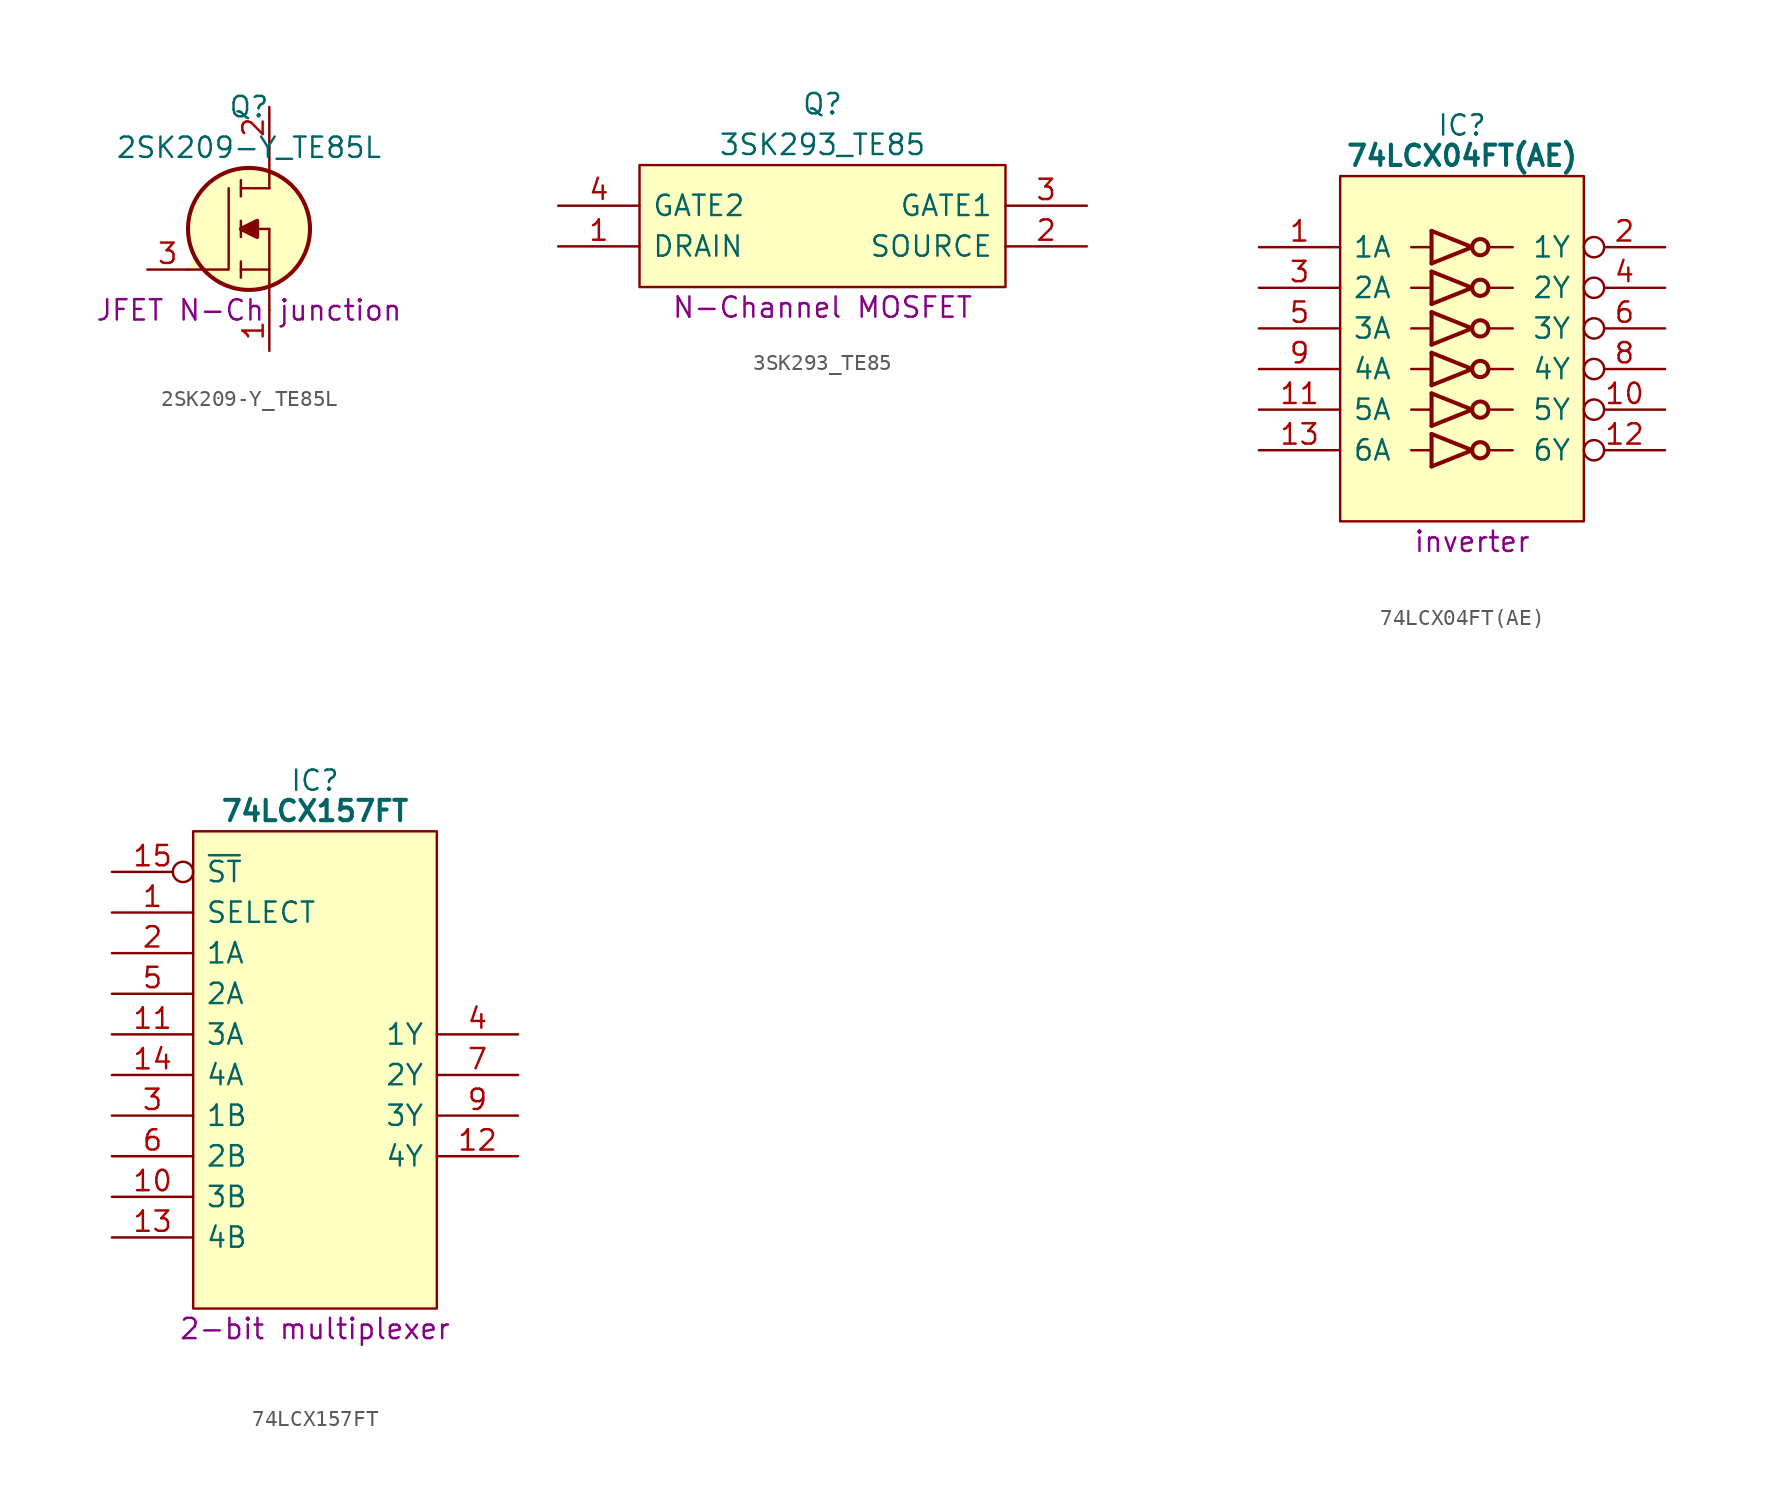
<source format=kicad_sym>
(kicad_symbol_lib
  (version 20231120)
  (generator "kicad_symbol_editor")
  (generator_version "8.0")
  (symbol "2SK209-Y_TE85L"
    (pin_names
      (offset 0.762))
    (property "Reference" "Q"
      (at 6.35 10.16 0)
      (effects (font (size 1.27 1.27))))
    (property "Value" "2SK209-Y_TE85L"
      (at 6.35 7.62 0)
      (effects (font (size 1.27 1.27))))
    (property "Description" "JFET N-Ch junction"
      (at 6.35 -2.54 0)
      (effects (font (size 1.27 1.27))))
    (symbol "2SK209-Y_TE85L_0_0"
      (pin passive line (at 7.62 -5.08 90) (length 2.54) (name "~" (effects (font (size 1.27 1.27)))) (number "1" (effects (font (size 1.27 1.27)))))
      (pin passive line (at 7.62 10.16 270) (length 2.54) (name "~" (effects (font (size 1.27 1.27)))) (number "2" (effects (font (size 1.27 1.27)))))
      (pin passive line (at 0 0 0) (length 2.54) (name "~" (effects (font (size 1.27 1.27)))) (number "3" (effects (font (size 1.27 1.27))))))
    (symbol "2SK209-Y_TE85L_0_1"
      (polyline (pts (xy 5.842 -0.508) (xy 5.842 0.508)) (stroke (width 0.152) (type default)) (fill (type background)))
      (polyline (pts (xy 5.842 0) (xy 7.62 0)) (stroke (width 0.152) (type default)) (fill (type background)))
      (polyline (pts (xy 5.842 2.032) (xy 5.842 3.048)) (stroke (width 0.152) (type default)) (fill (type background)))
      (polyline (pts (xy 5.842 5.588) (xy 5.842 4.572)) (stroke (width 0.152) (type default)) (fill (type background)))
      (polyline (pts (xy 7.62 2.54) (xy 5.842 2.54)) (stroke (width 0.152) (type default)) (fill (type background)))
      (polyline (pts (xy 7.62 2.54) (xy 7.62 -2.54)) (stroke (width 0.152) (type default)) (fill (type background)))
      (polyline (pts (xy 7.62 5.08) (xy 5.842 5.08)) (stroke (width 0.152) (type default)) (fill (type background)))
      (polyline (pts (xy 7.62 5.08) (xy 7.62 7.62)) (stroke (width 0.152) (type default)) (fill (type background)))
      (polyline (pts (xy 2.54 0) (xy 5.08 0) (xy 5.08 5.08)) (stroke (width 0.152) (type default)) (fill (type background)))
      (polyline (pts (xy 5.842 2.54) (xy 6.858 3.048) (xy 6.858 2.032) (xy 5.842 2.54)) (stroke (width 0.254) (type default)) (fill (type outline)))
      (circle (center 6.35 2.54) (radius 3.81) (stroke (width 0.254) (type default)) (fill (type background)))))
  (symbol "3SK293_TE85"
    (pin_names
      (offset 0.762))
    (property "Reference" "Q"
      (at 16.51 6.35 0)
      (effects (font (size 1.27 1.27))))
    (property "Value" "3SK293_TE85"
      (at 16.51 3.81 0)
      (effects (font (size 1.27 1.27))))
    (property "Description" "N-Channel MOSFET"
      (at 16.51 -6.35 0)
      (effects (font (size 1.27 1.27))))
    (symbol "3SK293_TE85_0_0"
      (pin passive line (at 0 -2.54 0) (length 5.08) (name "DRAIN" (effects (font (size 1.27 1.27)))) (number "1" (effects (font (size 1.27 1.27)))))
      (pin passive line (at 33.02 -2.54 180) (length 5.08) (name "SOURCE" (effects (font (size 1.27 1.27)))) (number "2" (effects (font (size 1.27 1.27)))))
      (pin passive line (at 33.02 0 180) (length 5.08) (name "GATE1" (effects (font (size 1.27 1.27)))) (number "3" (effects (font (size 1.27 1.27)))))
      (pin passive line (at 0 0 0) (length 5.08) (name "GATE2" (effects (font (size 1.27 1.27)))) (number "4" (effects (font (size 1.27 1.27))))))
    (symbol "3SK293_TE85_0_1"
      (polyline (pts (xy 5.08 2.54) (xy 27.94 2.54) (xy 27.94 -5.08) (xy 5.08 -5.08) (xy 5.08 2.54)) (stroke (width 0.152) (type default)) (fill (type background)))))
  (symbol "74LCX04FT(AE)"
    (pin_names
      (offset 0.762))
    (property "Reference" "IC"
      (at 12.7 7.62 0)
      (effects (font (size 1.27 1.27))))
    (property "Value" "74LCX04FT(AE)"
      (at 12.7 5.715 0)
      (effects (font (size 1.27 1.27) (bold yes))))
    (property "Description" "inverter"
      (at 13.335 -18.415 0)
      (effects (font (size 1.27 1.27))))
    (symbol "74LCX04FT(AE)_0_0"
      (pin input line (at 0 0 0) (length 5.08) (name "1A" (effects (font (size 1.27 1.27)))) (number "1" (effects (font (size 1.27 1.27)))))
      (pin output inverted (at 25.4 -10.16 180) (length 5.08) (name "5Y" (effects (font (size 1.27 1.27)))) (number "10" (effects (font (size 1.27 1.27)))))
      (pin input line (at 0 -10.16 0) (length 5.08) (name "5A" (effects (font (size 1.27 1.27)))) (number "11" (effects (font (size 1.27 1.27)))))
      (pin output inverted (at 25.4 -12.7 180) (length 5.08) (name "6Y" (effects (font (size 1.27 1.27)))) (number "12" (effects (font (size 1.27 1.27)))))
      (pin input line (at 0 -12.7 0) (length 5.08) (name "6A" (effects (font (size 1.27 1.27)))) (number "13" (effects (font (size 1.27 1.27)))))
      (pin passive line (at 25.4 2.54 180) (length 5.08) hide (name "3V" (effects (font (size 1.27 1.27)))) (number "14" (effects (font (size 1.27 1.27)))))
      (pin output inverted (at 25.4 0 180) (length 5.08) (name "1Y" (effects (font (size 1.27 1.27)))) (number "2" (effects (font (size 1.27 1.27)))))
      (pin input line (at 0 -2.54 0) (length 5.08) (name "2A" (effects (font (size 1.27 1.27)))) (number "3" (effects (font (size 1.27 1.27)))))
      (pin output inverted (at 25.4 -2.54 180) (length 5.08) (name "2Y" (effects (font (size 1.27 1.27)))) (number "4" (effects (font (size 1.27 1.27)))))
      (pin input line (at 0 -5.08 0) (length 5.08) (name "3A" (effects (font (size 1.27 1.27)))) (number "5" (effects (font (size 1.27 1.27)))))
      (pin output inverted (at 25.4 -5.08 180) (length 5.08) (name "3Y" (effects (font (size 1.27 1.27)))) (number "6" (effects (font (size 1.27 1.27)))))
      (pin passive line (at 0 -15.24 0) (length 5.08) hide (name "GND" (effects (font (size 1.27 1.27)))) (number "7" (effects (font (size 1.27 1.27)))))
      (pin output inverted (at 25.4 -7.62 180) (length 5.08) (name "4Y" (effects (font (size 1.27 1.27)))) (number "8" (effects (font (size 1.27 1.27)))))
      (pin input line (at 0 -7.62 0) (length 5.08) (name "4A" (effects (font (size 1.27 1.27)))) (number "9" (effects (font (size 1.27 1.27))))))
    (symbol "74LCX04FT(AE)_0_1"
      (polyline (pts (xy 9.525 -12.7) (xy 10.795 -12.7)) (stroke (width 0) (type default)) (fill (type none)))
      (polyline (pts (xy 9.525 -10.16) (xy 10.795 -10.16)) (stroke (width 0) (type default)) (fill (type none)))
      (polyline (pts (xy 9.525 -7.62) (xy 10.795 -7.62)) (stroke (width 0) (type default)) (fill (type none)))
      (polyline (pts (xy 9.525 -5.08) (xy 10.795 -5.08)) (stroke (width 0) (type default)) (fill (type none)))
      (polyline (pts (xy 9.525 -2.54) (xy 10.795 -2.54)) (stroke (width 0) (type default)) (fill (type none)))
      (polyline (pts (xy 9.525 0) (xy 10.795 0)) (stroke (width 0) (type default)) (fill (type none)))
      (polyline (pts (xy 14.351 -12.7) (xy 15.875 -12.7)) (stroke (width 0) (type default)) (fill (type none)))
      (polyline (pts (xy 14.351 -10.16) (xy 15.875 -10.16)) (stroke (width 0) (type default)) (fill (type none)))
      (polyline (pts (xy 14.351 -7.62) (xy 15.875 -7.62)) (stroke (width 0) (type default)) (fill (type none)))
      (polyline (pts (xy 14.351 -5.08) (xy 15.875 -5.08)) (stroke (width 0) (type default)) (fill (type none)))
      (polyline (pts (xy 14.351 -2.54) (xy 15.875 -2.54)) (stroke (width 0) (type default)) (fill (type none)))
      (polyline (pts (xy 14.351 0) (xy 15.875 0)) (stroke (width 0) (type default)) (fill (type none)))
      (polyline (pts (xy 10.795 -13.716) (xy 13.335 -12.7) (xy 10.795 -11.684)) (stroke (width 0.254) (type default)) (fill (type none)))
      (polyline (pts (xy 10.795 -11.176) (xy 13.335 -10.16) (xy 10.795 -9.144)) (stroke (width 0.254) (type default)) (fill (type none)))
      (polyline (pts (xy 10.795 -8.636) (xy 13.335 -7.62) (xy 10.795 -6.604)) (stroke (width 0.254) (type default)) (fill (type none)))
      (polyline (pts (xy 10.795 -6.096) (xy 13.335 -5.08) (xy 10.795 -4.064)) (stroke (width 0.254) (type default)) (fill (type none)))
      (polyline (pts (xy 10.795 -3.556) (xy 13.335 -2.54) (xy 10.795 -1.524)) (stroke (width 0.254) (type default)) (fill (type none)))
      (polyline (pts (xy 10.795 -1.016) (xy 13.335 0) (xy 10.795 1.016)) (stroke (width 0.254) (type default)) (fill (type none)))
      (polyline (pts (xy 5.08 4.445) (xy 20.32 4.445) (xy 20.32 -17.145) (xy 5.08 -17.145) (xy 5.08 4.445)) (stroke (width 0.152) (type default)) (fill (type background)))
      (rectangle (start 10.795 -11.684) (end 10.795 -13.716) (stroke (width 0.254) (type default)) (fill (type background)))
      (rectangle (start 10.795 -9.144) (end 10.795 -11.176) (stroke (width 0.254) (type default)) (fill (type background)))
      (rectangle (start 10.795 -6.604) (end 10.795 -8.636) (stroke (width 0.254) (type default)) (fill (type background)))
      (rectangle (start 10.795 -4.064) (end 10.795 -6.096) (stroke (width 0.254) (type default)) (fill (type background)))
      (rectangle (start 10.795 -1.524) (end 10.795 -3.556) (stroke (width 0.254) (type default)) (fill (type background)))
      (rectangle (start 10.795 1.016) (end 10.795 -1.016) (stroke (width 0.254) (type default)) (fill (type background)))
      (circle (center 13.843 -12.7) (radius 0.508) (stroke (width 0.254) (type default)) (fill (type none)))
      (circle (center 13.843 -10.16) (radius 0.508) (stroke (width 0.254) (type default)) (fill (type none)))
      (circle (center 13.843 -7.62) (radius 0.508) (stroke (width 0.254) (type default)) (fill (type none)))
      (circle (center 13.843 -5.08) (radius 0.508) (stroke (width 0.254) (type default)) (fill (type none)))
      (circle (center 13.843 -2.54) (radius 0.508) (stroke (width 0.254) (type default)) (fill (type none)))
      (circle (center 13.843 0) (radius 0.508) (stroke (width 0.254) (type default)) (fill (type none)))))
  (symbol "74LCX157FT"
    (pin_names
      (offset 0.762))
    (property "Reference" "IC"
      (at 12.7 5.715 0)
      (effects (font (size 1.27 1.27))))
    (property "Value" "74LCX157FT"
      (at 12.7 3.81 0)
      (effects (font (size 1.27 1.27) (bold yes))))
    (property "Description" "2-bit multiplexer"
      (at 12.7 -28.575 0)
      (effects (font (size 1.27 1.27))))
    (symbol "74LCX157FT_0_0"
      (pin input line (at 0 -2.54 0) (length 5.08) (name "SELECT" (effects (font (size 1.27 1.27)))) (number "1" (effects (font (size 1.27 1.27)))))
      (pin input line (at 0 -20.32 0) (length 5.08) (name "3B" (effects (font (size 1.27 1.27)))) (number "10" (effects (font (size 1.27 1.27)))))
      (pin input line (at 0 -10.16 0) (length 5.08) (name "3A" (effects (font (size 1.27 1.27)))) (number "11" (effects (font (size 1.27 1.27)))))
      (pin output line (at 25.4 -17.78 180) (length 5.08) (name "4Y" (effects (font (size 1.27 1.27)))) (number "12" (effects (font (size 1.27 1.27)))))
      (pin input line (at 0 -22.86 0) (length 5.08) (name "4B" (effects (font (size 1.27 1.27)))) (number "13" (effects (font (size 1.27 1.27)))))
      (pin input line (at 0 -12.7 0) (length 5.08) (name "4A" (effects (font (size 1.27 1.27)))) (number "14" (effects (font (size 1.27 1.27)))))
      (pin input inverted (at 0 0 0) (length 5.08) (name "~{ST}" (effects (font (size 1.27 1.27)))) (number "15" (effects (font (size 1.27 1.27)))))
      (pin passive line (at 25.4 0 180) (length 5.08) hide (name "3V" (effects (font (size 1.27 1.27)))) (number "16" (effects (font (size 1.27 1.27)))))
      (pin input line (at 0 -5.08 0) (length 5.08) (name "1A" (effects (font (size 1.27 1.27)))) (number "2" (effects (font (size 1.27 1.27)))))
      (pin input line (at 0 -15.24 0) (length 5.08) (name "1B" (effects (font (size 1.27 1.27)))) (number "3" (effects (font (size 1.27 1.27)))))
      (pin output line (at 25.4 -10.16 180) (length 5.08) (name "1Y" (effects (font (size 1.27 1.27)))) (number "4" (effects (font (size 1.27 1.27)))))
      (pin input line (at 0 -7.62 0) (length 5.08) (name "2A" (effects (font (size 1.27 1.27)))) (number "5" (effects (font (size 1.27 1.27)))))
      (pin input line (at 0 -17.78 0) (length 5.08) (name "2B" (effects (font (size 1.27 1.27)))) (number "6" (effects (font (size 1.27 1.27)))))
      (pin output line (at 25.4 -12.7 180) (length 5.08) (name "2Y" (effects (font (size 1.27 1.27)))) (number "7" (effects (font (size 1.27 1.27)))))
      (pin passive line (at 0 -25.4 0) (length 5.08) hide (name "GND" (effects (font (size 1.27 1.27)))) (number "8" (effects (font (size 1.27 1.27)))))
      (pin output line (at 25.4 -15.24 180) (length 5.08) (name "3Y" (effects (font (size 1.27 1.27)))) (number "9" (effects (font (size 1.27 1.27))))))
    (symbol "74LCX157FT_0_1"
      (polyline (pts (xy 5.08 2.54) (xy 20.32 2.54) (xy 20.32 -27.305) (xy 5.08 -27.305) (xy 5.08 2.54)) (stroke (width 0.152) (type default)) (fill (type background))))))
</source>
